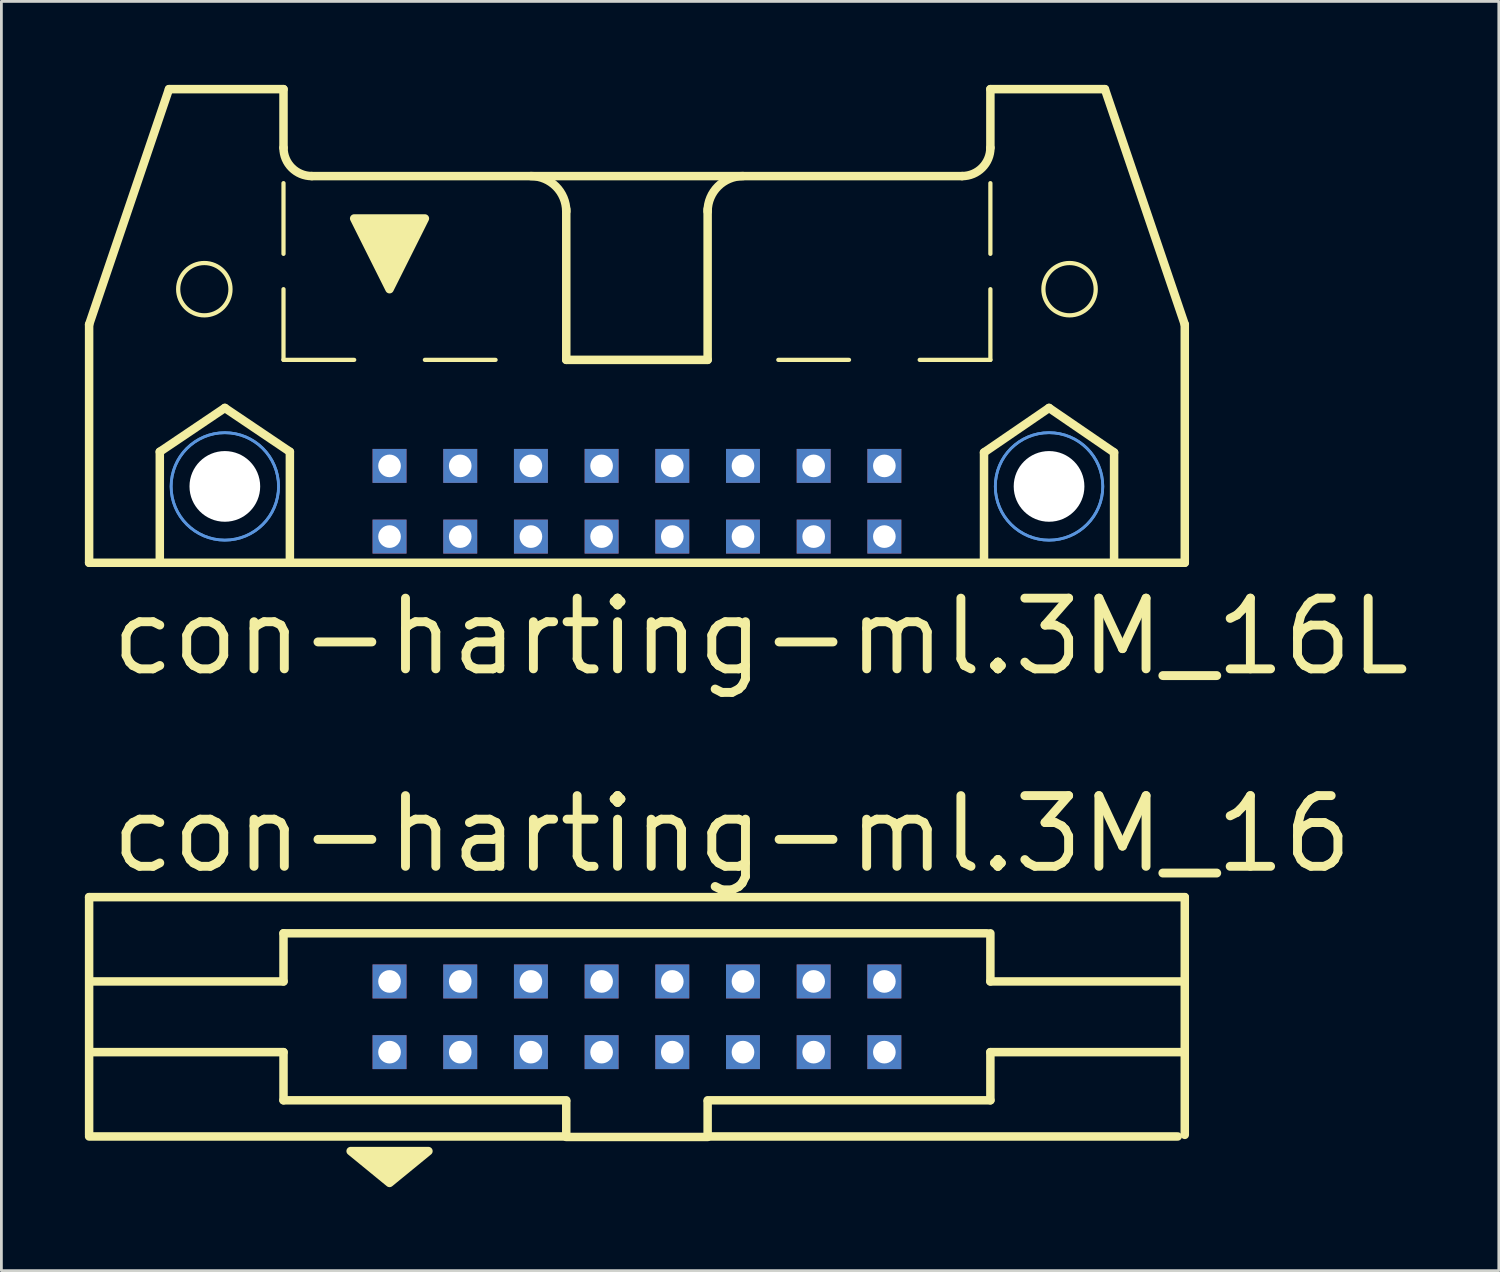
<source format=kicad_pcb>
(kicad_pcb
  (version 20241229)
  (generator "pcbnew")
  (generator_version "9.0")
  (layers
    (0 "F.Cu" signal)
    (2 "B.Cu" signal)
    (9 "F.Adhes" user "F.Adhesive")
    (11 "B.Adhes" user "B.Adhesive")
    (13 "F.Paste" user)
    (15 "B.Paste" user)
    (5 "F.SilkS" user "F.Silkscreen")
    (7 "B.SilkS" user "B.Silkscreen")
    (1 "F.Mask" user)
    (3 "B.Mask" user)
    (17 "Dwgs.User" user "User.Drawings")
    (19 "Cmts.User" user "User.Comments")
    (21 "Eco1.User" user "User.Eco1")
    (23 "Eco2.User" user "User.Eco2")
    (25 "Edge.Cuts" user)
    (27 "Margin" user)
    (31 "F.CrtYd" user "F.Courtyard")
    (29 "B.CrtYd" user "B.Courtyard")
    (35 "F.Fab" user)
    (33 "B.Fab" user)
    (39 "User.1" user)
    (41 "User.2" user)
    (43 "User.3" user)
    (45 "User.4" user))
  (footprint "con-harting-ml.3M_16L"
    (layer "F.Cu")
    (at 19.837 11.151)
    (property "Reference" "con-harting-ml.3M_16L" (at -19.05 10.16 0) (layer "F.SilkS") (effects (font (size 2.54 2.54) (thickness 0.32)) (justify left bottom)))
    (attr through_hole)
    (fp_line (start -19.685 -2.54) (end -19.685 6.02) (stroke (width 0.305) (type default)) (layer "F.SilkS"))
    (fp_line (start -19.685 -2.54) (end -16.815 -10.998) (stroke (width 0.305) (type default)) (layer "F.SilkS"))
    (fp_line (start -19.685 6.02) (end -17.145 6.02) (stroke (width 0.305) (type default)) (layer "F.SilkS"))
    (fp_line (start -17.145 2.032) (end -14.808 0.457) (stroke (width 0.305) (type default)) (layer "F.SilkS"))
    (fp_line (start -17.145 6.02) (end -17.145 2.032) (stroke (width 0.305) (type default)) (layer "F.SilkS"))
    (fp_line (start -17.145 6.02) (end -12.471 6.02) (stroke (width 0.305) (type default)) (layer "F.SilkS"))
    (fp_line (start -14.808 0.457) (end -12.471 2.032) (stroke (width 0.305) (type default)) (layer "F.SilkS"))
    (fp_line (start -12.7 -10.998) (end -16.815 -10.998) (stroke (width 0.305) (type default)) (layer "F.SilkS"))
    (fp_line (start -12.7 -8.89) (end -12.7 -10.998) (stroke (width 0.305) (type default)) (layer "F.SilkS"))
    (fp_line (start -12.7 -5.08) (end -12.7 -7.62) (stroke (width 0.152) (type default)) (layer "F.SilkS"))
    (fp_line (start -12.7 -1.27) (end -12.7 -3.81) (stroke (width 0.152) (type default)) (layer "F.SilkS"))
    (fp_line (start -12.7 -1.27) (end -10.16 -1.27) (stroke (width 0.152) (type default)) (layer "F.SilkS"))
    (fp_line (start -12.471 2.032) (end -12.471 6.02) (stroke (width 0.305) (type default)) (layer "F.SilkS"))
    (fp_line (start -12.471 6.02) (end 12.471 6.02) (stroke (width 0.305) (type default)) (layer "F.SilkS"))
    (fp_line (start -11.684 -7.874) (end 11.684 -7.874) (stroke (width 0.305) (type default)) (layer "F.SilkS"))
    (fp_line (start -7.62 -1.27) (end -5.08 -1.27) (stroke (width 0.152) (type default)) (layer "F.SilkS"))
    (fp_line (start -2.54 -1.27) (end -2.54 -6.68) (stroke (width 0.305) (type default)) (layer "F.SilkS"))
    (fp_line (start 0 -1.27) (end 2.54 -1.27) (stroke (width 0.152) (type default)) (layer "F.SilkS"))
    (fp_line (start 2.54 -1.27) (end -2.54 -1.27) (stroke (width 0.305) (type default)) (layer "F.SilkS"))
    (fp_line (start 2.54 -1.27) (end 2.54 -6.68) (stroke (width 0.305) (type default)) (layer "F.SilkS"))
    (fp_line (start 7.62 -1.27) (end 5.08 -1.27) (stroke (width 0.152) (type default)) (layer "F.SilkS"))
    (fp_line (start 12.471 2.057) (end 14.808 0.457) (stroke (width 0.305) (type default)) (layer "F.SilkS"))
    (fp_line (start 12.471 6.02) (end 12.471 2.057) (stroke (width 0.305) (type default)) (layer "F.SilkS"))
    (fp_line (start 12.471 6.02) (end 17.145 6.02) (stroke (width 0.305) (type default)) (layer "F.SilkS"))
    (fp_line (start 12.7 -10.998) (end 16.815 -10.998) (stroke (width 0.305) (type default)) (layer "F.SilkS"))
    (fp_line (start 12.7 -8.89) (end 12.7 -10.998) (stroke (width 0.305) (type default)) (layer "F.SilkS"))
    (fp_line (start 12.7 -5.08) (end 12.7 -7.62) (stroke (width 0.152) (type default)) (layer "F.SilkS"))
    (fp_line (start 12.7 -1.27) (end 10.16 -1.27) (stroke (width 0.152) (type default)) (layer "F.SilkS"))
    (fp_line (start 12.7 -1.27) (end 12.7 -3.81) (stroke (width 0.152) (type default)) (layer "F.SilkS"))
    (fp_line (start 14.808 0.457) (end 17.145 2.057) (stroke (width 0.305) (type default)) (layer "F.SilkS"))
    (fp_line (start 17.145 2.057) (end 17.145 6.02) (stroke (width 0.305) (type default)) (layer "F.SilkS"))
    (fp_line (start 17.145 6.02) (end 19.685 6.02) (stroke (width 0.305) (type default)) (layer "F.SilkS"))
    (fp_line (start 19.685 -2.54) (end 16.815 -10.998) (stroke (width 0.305) (type default)) (layer "F.SilkS"))
    (fp_line (start 19.685 6.02) (end 19.685 -2.54) (stroke (width 0.305) (type default)) (layer "F.SilkS"))
    (fp_arc (start -11.684 -7.874) (mid -12.40242 -8.17158) (end -12.7 -8.89) (stroke (width 0.3048) (type default)) (layer "F.SilkS"))
    (fp_arc (start -3.81 -7.874) (mid -2.911974 -7.502026) (end -2.54 -6.604) (stroke (width 0.3048) (type default)) (layer "F.SilkS"))
    (fp_arc (start 2.54 -6.604) (mid 2.911974 -7.502026) (end 3.81 -7.874) (stroke (width 0.3048) (type default)) (layer "F.SilkS"))
    (fp_arc (start 12.7 -8.89) (mid 12.40242 -8.17158) (end 11.684 -7.874) (stroke (width 0.3048) (type default)) (layer "F.SilkS"))
    (fp_circle (center -15.545 -3.81) (end -14.605 -3.81) (stroke (width 0.152) (type default)) (fill no) (layer "F.SilkS"))
    (fp_circle (center 15.545 -3.81) (end 16.485 -3.81) (stroke (width 0.152) (type default)) (fill no) (layer "F.SilkS"))
    (fp_poly (pts (xy -10.16 -6.35) (xy -7.62 -6.35) (xy -8.89 -3.81)) (stroke (width 0.305) (type default)) (fill yes) (layer "F.SilkS"))
    (fp_circle (center -14.808 3.277) (end -12.878 3.277) (stroke (width 0.1) (type default)) (fill no) (layer "Cmts.User"))
    (fp_circle (center -14.808 3.277) (end -12.878 3.277) (stroke (width 0.1) (type default)) (fill no) (layer "Cmts.User"))
    (fp_circle (center 14.808 3.277) (end 16.739 3.277) (stroke (width 0.1) (type default)) (fill no) (layer "Cmts.User"))
    (fp_circle (center 14.808 3.277) (end 16.739 3.277) (stroke (width 0.1) (type default)) (fill no) (layer "Cmts.User"))
    (pad "" np_thru_hole circle (at -14.808 3.277) (size 2.54 2.54) (drill 2.54) (layers "*.Cu" "*.Mask"))
    (pad "" np_thru_hole circle (at 14.808 3.277) (size 2.54 2.54) (drill 2.54) (layers "*.Cu" "*.Mask"))
    (pad "1" thru_hole rect (at -8.89 5.08) (size 1.219 1.219) (drill 0.813) (layers "*.Cu" "*.Mask"))
    (pad "2" thru_hole rect (at -8.89 2.54) (size 1.219 1.219) (drill 0.813) (layers "*.Cu" "*.Mask"))
    (pad "3" thru_hole rect (at -6.35 5.08) (size 1.219 1.219) (drill 0.813) (layers "*.Cu" "*.Mask"))
    (pad "4" thru_hole rect (at -6.35 2.54) (size 1.219 1.219) (drill 0.813) (layers "*.Cu" "*.Mask"))
    (pad "5" thru_hole rect (at -3.81 5.08) (size 1.219 1.219) (drill 0.813) (layers "*.Cu" "*.Mask"))
    (pad "6" thru_hole rect (at -3.81 2.54) (size 1.219 1.219) (drill 0.813) (layers "*.Cu" "*.Mask"))
    (pad "7" thru_hole rect (at -1.27 5.08) (size 1.219 1.219) (drill 0.813) (layers "*.Cu" "*.Mask"))
    (pad "8" thru_hole rect (at -1.27 2.54) (size 1.219 1.219) (drill 0.813) (layers "*.Cu" "*.Mask"))
    (pad "9" thru_hole rect (at 1.27 5.08) (size 1.219 1.219) (drill 0.813) (layers "*.Cu" "*.Mask"))
    (pad "10" thru_hole rect (at 1.27 2.54) (size 1.219 1.219) (drill 0.813) (layers "*.Cu" "*.Mask"))
    (pad "11" thru_hole rect (at 3.81 5.08) (size 1.219 1.219) (drill 0.813) (layers "*.Cu" "*.Mask"))
    (pad "12" thru_hole rect (at 3.81 2.54) (size 1.219 1.219) (drill 0.813) (layers "*.Cu" "*.Mask"))
    (pad "13" thru_hole rect (at 6.35 5.08) (size 1.219 1.219) (drill 0.813) (layers "*.Cu" "*.Mask"))
    (pad "14" thru_hole rect (at 6.35 2.54) (size 1.219 1.219) (drill 0.813) (layers "*.Cu" "*.Mask"))
    (pad "15" thru_hole rect (at 8.89 5.08) (size 1.219 1.219) (drill 0.813) (layers "*.Cu" "*.Mask"))
    (pad "16" thru_hole rect (at 8.89 2.54) (size 1.219 1.219) (drill 0.813) (layers "*.Cu" "*.Mask")))
  (footprint "con-harting-ml.3M_16"
    (layer "F.Cu")
    (at 19.837 33.486)
    (property "Reference" "con-harting-ml.3M_16" (at -19.05 -5.08 0) (layer "F.SilkS") (effects (font (size 2.54 2.54) (thickness 0.32)) (justify left bottom)))
    (attr through_hole)
    (fp_line (start -19.685 -4.3) (end -19.685 4.242) (stroke (width 0.305) (type default)) (layer "F.SilkS"))
    (fp_line (start -19.685 4.3) (end -2.54 4.3) (stroke (width 0.305) (type default)) (layer "F.SilkS"))
    (fp_line (start -12.7 -1.27) (end -19.558 -1.27) (stroke (width 0.305) (type default)) (layer "F.SilkS"))
    (fp_line (start -12.7 -1.27) (end -12.7 -3) (stroke (width 0.305) (type default)) (layer "F.SilkS"))
    (fp_line (start -12.7 1.27) (end -19.558 1.27) (stroke (width 0.305) (type default)) (layer "F.SilkS"))
    (fp_line (start -12.7 3) (end -12.7 1.27) (stroke (width 0.305) (type default)) (layer "F.SilkS"))
    (fp_line (start -2.54 3) (end -12.7 3) (stroke (width 0.305) (type default)) (layer "F.SilkS"))
    (fp_line (start -2.54 4.3) (end -2.54 3.048) (stroke (width 0.305) (type default)) (layer "F.SilkS"))
    (fp_line (start -2.54 4.318) (end 2.54 4.318) (stroke (width 0.305) (type default)) (layer "F.SilkS"))
    (fp_line (start 2.54 3.048) (end 2.54 4.3) (stroke (width 0.305) (type default)) (layer "F.SilkS"))
    (fp_line (start 2.54 4.3) (end 19.431 4.3) (stroke (width 0.305) (type default)) (layer "F.SilkS"))
    (fp_line (start 12.573 -3) (end -12.7 -3) (stroke (width 0.305) (type default)) (layer "F.SilkS"))
    (fp_line (start 12.7 -1.27) (end 12.7 -3) (stroke (width 0.305) (type default)) (layer "F.SilkS"))
    (fp_line (start 12.7 -1.27) (end 19.558 -1.27) (stroke (width 0.305) (type default)) (layer "F.SilkS"))
    (fp_line (start 12.7 1.27) (end 19.558 1.27) (stroke (width 0.305) (type default)) (layer "F.SilkS"))
    (fp_line (start 12.7 3) (end 2.54 3) (stroke (width 0.305) (type default)) (layer "F.SilkS"))
    (fp_line (start 12.7 3) (end 12.7 1.27) (stroke (width 0.305) (type default)) (layer "F.SilkS"))
    (fp_line (start 19.685 -4.3) (end -19.685 -4.3) (stroke (width 0.305) (type default)) (layer "F.SilkS"))
    (fp_line (start 19.685 4.242) (end 19.685 -4.3) (stroke (width 0.305) (type default)) (layer "F.SilkS"))
    (fp_poly (pts (xy -10.287 4.826) (xy -7.493 4.826) (xy -8.89 5.969)) (stroke (width 0.305) (type default)) (fill yes) (layer "F.SilkS"))
    (pad "1" thru_hole rect (at -8.89 1.27) (size 1.219 1.219) (drill 0.813) (layers "*.Cu" "*.Mask"))
    (pad "2" thru_hole rect (at -8.89 -1.27) (size 1.219 1.219) (drill 0.813) (layers "*.Cu" "*.Mask"))
    (pad "3" thru_hole rect (at -6.35 1.27) (size 1.219 1.219) (drill 0.813) (layers "*.Cu" "*.Mask"))
    (pad "4" thru_hole rect (at -6.35 -1.27) (size 1.219 1.219) (drill 0.813) (layers "*.Cu" "*.Mask"))
    (pad "5" thru_hole rect (at -3.81 1.27) (size 1.219 1.219) (drill 0.813) (layers "*.Cu" "*.Mask"))
    (pad "6" thru_hole rect (at -3.81 -1.27) (size 1.219 1.219) (drill 0.813) (layers "*.Cu" "*.Mask"))
    (pad "7" thru_hole rect (at -1.27 1.27) (size 1.219 1.219) (drill 0.813) (layers "*.Cu" "*.Mask"))
    (pad "8" thru_hole rect (at -1.27 -1.27) (size 1.219 1.219) (drill 0.813) (layers "*.Cu" "*.Mask"))
    (pad "9" thru_hole rect (at 1.27 1.27) (size 1.219 1.219) (drill 0.813) (layers "*.Cu" "*.Mask"))
    (pad "10" thru_hole rect (at 1.27 -1.27) (size 1.219 1.219) (drill 0.813) (layers "*.Cu" "*.Mask"))
    (pad "11" thru_hole rect (at 3.81 1.27) (size 1.219 1.219) (drill 0.813) (layers "*.Cu" "*.Mask"))
    (pad "12" thru_hole rect (at 3.81 -1.27) (size 1.219 1.219) (drill 0.813) (layers "*.Cu" "*.Mask"))
    (pad "13" thru_hole rect (at 6.35 1.27) (size 1.219 1.219) (drill 0.813) (layers "*.Cu" "*.Mask"))
    (pad "14" thru_hole rect (at 6.35 -1.27) (size 1.219 1.219) (drill 0.813) (layers "*.Cu" "*.Mask"))
    (pad "15" thru_hole rect (at 8.89 1.27) (size 1.219 1.219) (drill 0.813) (layers "*.Cu" "*.Mask"))
    (pad "16" thru_hole rect (at 8.89 -1.27) (size 1.219 1.219) (drill 0.813) (layers "*.Cu" "*.Mask")))
  (gr_rect
    (start -3 -3)
    (end 50.806 42.607)
    (stroke (width 0.1) (type default))
    (fill no)
    (layer "Edge.Cuts")))
</source>
